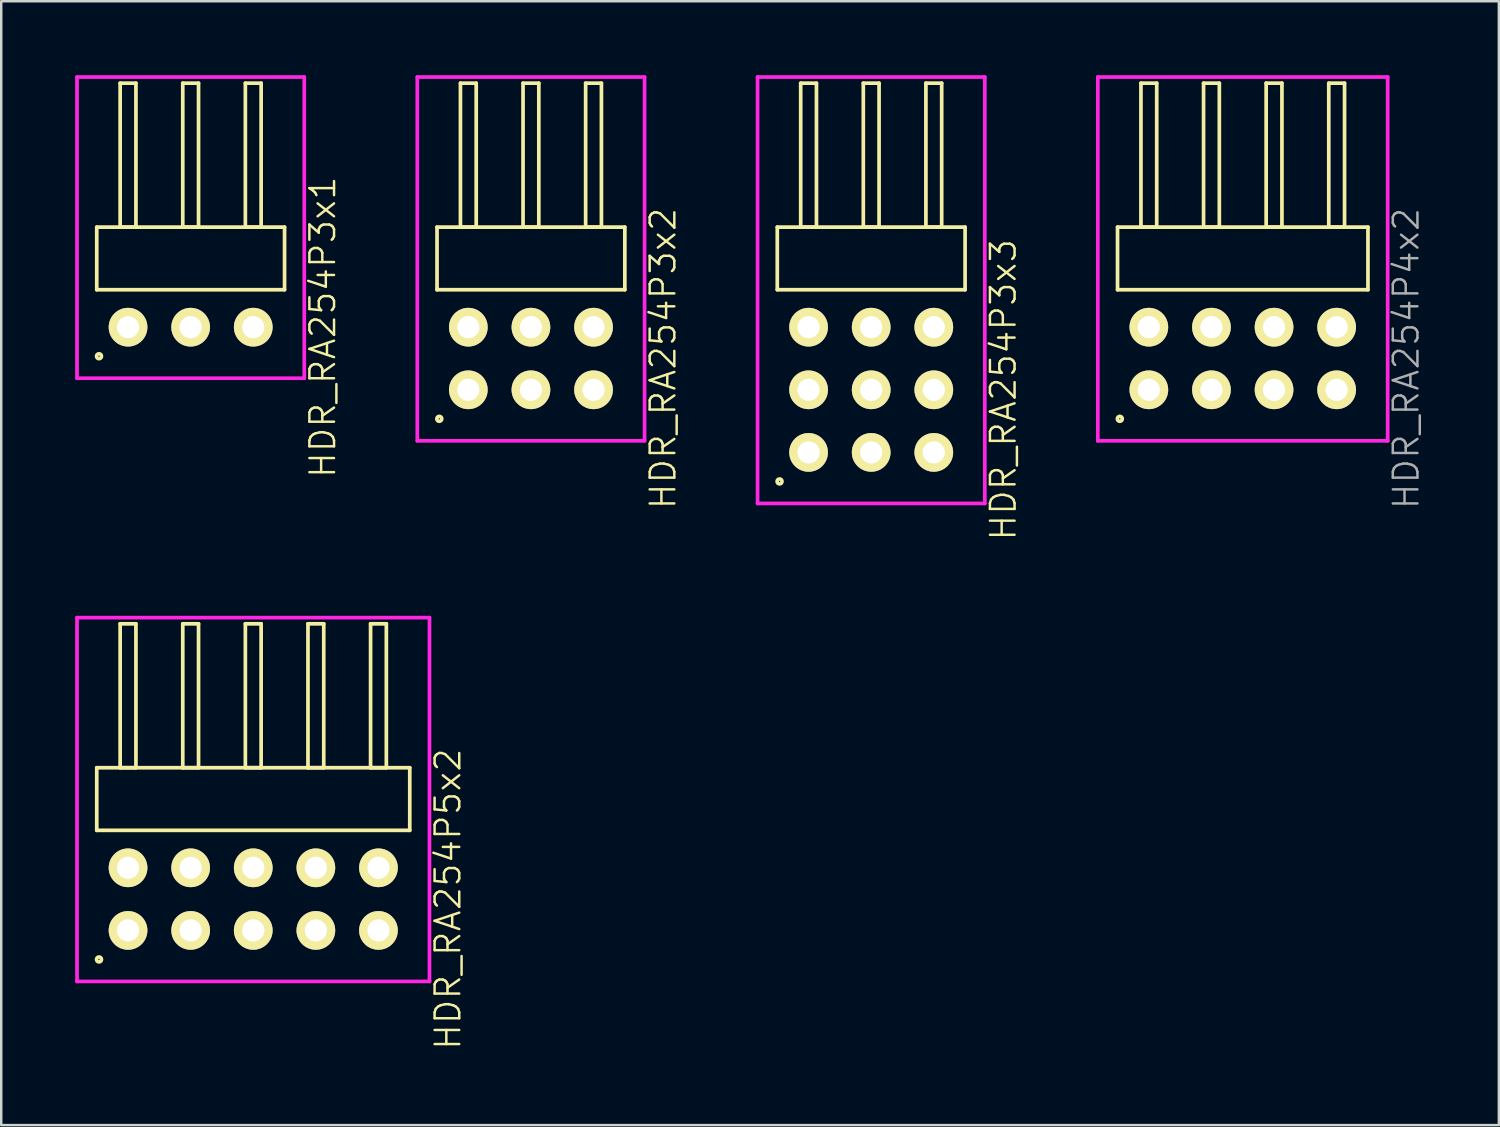
<source format=kicad_pcb>
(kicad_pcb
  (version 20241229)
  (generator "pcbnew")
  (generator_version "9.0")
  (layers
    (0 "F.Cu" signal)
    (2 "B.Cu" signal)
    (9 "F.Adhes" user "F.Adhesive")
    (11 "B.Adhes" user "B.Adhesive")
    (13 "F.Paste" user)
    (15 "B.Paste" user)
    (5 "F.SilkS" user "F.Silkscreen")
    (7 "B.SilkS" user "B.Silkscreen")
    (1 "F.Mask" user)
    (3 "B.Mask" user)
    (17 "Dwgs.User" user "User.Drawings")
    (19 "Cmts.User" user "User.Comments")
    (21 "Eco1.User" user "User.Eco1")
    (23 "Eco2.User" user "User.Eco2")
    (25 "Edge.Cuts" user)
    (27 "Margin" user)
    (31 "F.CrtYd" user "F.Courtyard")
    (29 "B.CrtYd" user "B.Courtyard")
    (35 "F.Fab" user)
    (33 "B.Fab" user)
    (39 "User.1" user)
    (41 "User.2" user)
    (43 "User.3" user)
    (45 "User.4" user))
  (footprint "HDR_RA254P4x2"
    (layer "F.Cu")
    (at 47.371 11.495)
    (property "Reference" "HDR_RA254P4x2" (at 6.63 0 90) (layer "F.Fab") (effects (font (size 1 1) (thickness 0.1))))
    (attr through_hole)
    (fp_line (start -5.08 -5.33) (end -5.08 -2.79) (stroke (width 0.15) (type solid)) (layer "F.SilkS"))
    (fp_line (start -5.08 -2.79) (end 5.08 -2.79) (stroke (width 0.15) (type solid)) (layer "F.SilkS"))
    (fp_line (start -4.13 -11.17) (end -4.13 -5.33) (stroke (width 0.15) (type solid)) (layer "F.SilkS"))
    (fp_line (start -4.13 -5.33) (end -3.49 -5.33) (stroke (width 0.15) (type solid)) (layer "F.SilkS"))
    (fp_line (start -3.49 -11.17) (end -4.13 -11.17) (stroke (width 0.15) (type solid)) (layer "F.SilkS"))
    (fp_line (start -3.49 -5.33) (end -3.49 -11.17) (stroke (width 0.15) (type solid)) (layer "F.SilkS"))
    (fp_line (start -1.59 -11.17) (end -1.59 -5.33) (stroke (width 0.15) (type solid)) (layer "F.SilkS"))
    (fp_line (start -1.59 -5.33) (end -0.95 -5.33) (stroke (width 0.15) (type solid)) (layer "F.SilkS"))
    (fp_line (start -0.95 -11.17) (end -1.59 -11.17) (stroke (width 0.15) (type solid)) (layer "F.SilkS"))
    (fp_line (start -0.95 -5.33) (end -0.95 -11.17) (stroke (width 0.15) (type solid)) (layer "F.SilkS"))
    (fp_line (start 0.95 -11.17) (end 0.95 -5.33) (stroke (width 0.15) (type solid)) (layer "F.SilkS"))
    (fp_line (start 0.95 -5.33) (end 1.59 -5.33) (stroke (width 0.15) (type solid)) (layer "F.SilkS"))
    (fp_line (start 1.59 -11.17) (end 0.95 -11.17) (stroke (width 0.15) (type solid)) (layer "F.SilkS"))
    (fp_line (start 1.59 -5.33) (end 1.59 -11.17) (stroke (width 0.15) (type solid)) (layer "F.SilkS"))
    (fp_line (start 3.49 -11.17) (end 3.49 -5.33) (stroke (width 0.15) (type solid)) (layer "F.SilkS"))
    (fp_line (start 3.49 -5.33) (end 4.13 -5.33) (stroke (width 0.15) (type solid)) (layer "F.SilkS"))
    (fp_line (start 4.13 -11.17) (end 3.49 -11.17) (stroke (width 0.15) (type solid)) (layer "F.SilkS"))
    (fp_line (start 4.13 -5.33) (end 4.13 -11.17) (stroke (width 0.15) (type solid)) (layer "F.SilkS"))
    (fp_line (start 5.08 -5.33) (end -5.08 -5.33) (stroke (width 0.15) (type solid)) (layer "F.SilkS"))
    (fp_line (start 5.08 -2.79) (end 5.08 -5.33) (stroke (width 0.15) (type solid)) (layer "F.SilkS"))
    (fp_circle (center -4.988 2.448) (end -4.888 2.448) (stroke (width 0.15) (type solid)) (fill no) (layer "F.SilkS"))
    (fp_line (start -5.88 -11.42) (end -5.88 3.34) (stroke (width 0.15) (type solid)) (layer "F.CrtYd"))
    (fp_line (start -5.88 3.34) (end 5.88 3.34) (stroke (width 0.15) (type solid)) (layer "F.CrtYd"))
    (fp_line (start 5.88 -11.42) (end -5.88 -11.42) (stroke (width 0.15) (type solid)) (layer "F.CrtYd"))
    (fp_line (start 5.88 3.34) (end 5.88 -11.42) (stroke (width 0.15) (type solid)) (layer "F.CrtYd"))
    (pad "1" thru_hole oval (at -3.81 1.27) (size 1.57 1.57) (drill 0.9) (layers "*.Cu" "*.Mask" "F.SilkS"))
    (pad "2" thru_hole oval (at -3.81 -1.27) (size 1.57 1.57) (drill 0.9) (layers "*.Cu" "*.Mask" "F.SilkS"))
    (pad "3" thru_hole oval (at -1.27 1.27) (size 1.57 1.57) (drill 0.9) (layers "*.Cu" "*.Mask" "F.SilkS"))
    (pad "4" thru_hole oval (at -1.27 -1.27) (size 1.57 1.57) (drill 0.9) (layers "*.Cu" "*.Mask" "F.SilkS"))
    (pad "5" thru_hole oval (at 1.27 1.27) (size 1.57 1.57) (drill 0.9) (layers "*.Cu" "*.Mask" "F.SilkS"))
    (pad "6" thru_hole oval (at 1.27 -1.27) (size 1.57 1.57) (drill 0.9) (layers "*.Cu" "*.Mask" "F.SilkS"))
    (pad "7" thru_hole oval (at 3.81 1.27) (size 1.57 1.57) (drill 0.9) (layers "*.Cu" "*.Mask" "F.SilkS"))
    (pad "8" thru_hole oval (at 3.81 -1.27) (size 1.57 1.57) (drill 0.9) (layers "*.Cu" "*.Mask" "F.SilkS")))
  (footprint "HDR_RA254P3x2"
    (layer "F.Cu")
    (at 18.491 11.495)
    (property "Reference" "HDR_RA254P3x2" (at 5.36 0 90) (layer "F.SilkS") (effects (font (size 1 1) (thickness 0.1))))
    (attr through_hole)
    (fp_line (start -3.81 -5.33) (end -3.81 -2.79) (stroke (width 0.15) (type solid)) (layer "F.SilkS"))
    (fp_line (start -3.81 -2.79) (end 3.81 -2.79) (stroke (width 0.15) (type solid)) (layer "F.SilkS"))
    (fp_line (start -2.86 -11.17) (end -2.86 -5.33) (stroke (width 0.15) (type solid)) (layer "F.SilkS"))
    (fp_line (start -2.86 -5.33) (end -2.22 -5.33) (stroke (width 0.15) (type solid)) (layer "F.SilkS"))
    (fp_line (start -2.22 -11.17) (end -2.86 -11.17) (stroke (width 0.15) (type solid)) (layer "F.SilkS"))
    (fp_line (start -2.22 -5.33) (end -2.22 -11.17) (stroke (width 0.15) (type solid)) (layer "F.SilkS"))
    (fp_line (start -0.32 -11.17) (end -0.32 -5.33) (stroke (width 0.15) (type solid)) (layer "F.SilkS"))
    (fp_line (start -0.32 -5.33) (end 0.32 -5.33) (stroke (width 0.15) (type solid)) (layer "F.SilkS"))
    (fp_line (start 0.32 -11.17) (end -0.32 -11.17) (stroke (width 0.15) (type solid)) (layer "F.SilkS"))
    (fp_line (start 0.32 -5.33) (end 0.32 -11.17) (stroke (width 0.15) (type solid)) (layer "F.SilkS"))
    (fp_line (start 2.22 -11.17) (end 2.22 -5.33) (stroke (width 0.15) (type solid)) (layer "F.SilkS"))
    (fp_line (start 2.22 -5.33) (end 2.86 -5.33) (stroke (width 0.15) (type solid)) (layer "F.SilkS"))
    (fp_line (start 2.86 -11.17) (end 2.22 -11.17) (stroke (width 0.15) (type solid)) (layer "F.SilkS"))
    (fp_line (start 2.86 -5.33) (end 2.86 -11.17) (stroke (width 0.15) (type solid)) (layer "F.SilkS"))
    (fp_line (start 3.81 -5.33) (end -3.81 -5.33) (stroke (width 0.15) (type solid)) (layer "F.SilkS"))
    (fp_line (start 3.81 -2.79) (end 3.81 -5.33) (stroke (width 0.15) (type solid)) (layer "F.SilkS"))
    (fp_circle (center -3.718 2.448) (end -3.618 2.448) (stroke (width 0.15) (type solid)) (fill no) (layer "F.SilkS"))
    (fp_line (start -4.61 -11.42) (end -4.61 3.34) (stroke (width 0.15) (type solid)) (layer "F.CrtYd"))
    (fp_line (start -4.61 3.34) (end 4.61 3.34) (stroke (width 0.15) (type solid)) (layer "F.CrtYd"))
    (fp_line (start 4.61 -11.42) (end -4.61 -11.42) (stroke (width 0.15) (type solid)) (layer "F.CrtYd"))
    (fp_line (start 4.61 3.34) (end 4.61 -11.42) (stroke (width 0.15) (type solid)) (layer "F.CrtYd"))
    (pad "1" thru_hole oval (at -2.54 1.27) (size 1.57 1.57) (drill 0.9) (layers "*.Cu" "*.Mask" "F.SilkS"))
    (pad "2" thru_hole oval (at -2.54 -1.27) (size 1.57 1.57) (drill 0.9) (layers "*.Cu" "*.Mask" "F.SilkS"))
    (pad "3" thru_hole oval (at 0 1.27) (size 1.57 1.57) (drill 0.9) (layers "*.Cu" "*.Mask" "F.SilkS"))
    (pad "4" thru_hole oval (at 0 -1.27) (size 1.57 1.57) (drill 0.9) (layers "*.Cu" "*.Mask" "F.SilkS"))
    (pad "5" thru_hole oval (at 2.54 1.27) (size 1.57 1.57) (drill 0.9) (layers "*.Cu" "*.Mask" "F.SilkS"))
    (pad "6" thru_hole oval (at 2.54 -1.27) (size 1.57 1.57) (drill 0.9) (layers "*.Cu" "*.Mask" "F.SilkS")))
  (footprint "HDR_RA254P5x2"
    (layer "F.Cu")
    (at 7.225 33.429)
    (property "Reference" "HDR_RA254P5x2" (at 7.9 0 90) (layer "F.SilkS") (effects (font (size 1 1) (thickness 0.1))))
    (attr through_hole)
    (fp_line (start -6.35 -5.33) (end -6.35 -2.79) (stroke (width 0.15) (type solid)) (layer "F.SilkS"))
    (fp_line (start -6.35 -2.79) (end 6.35 -2.79) (stroke (width 0.15) (type solid)) (layer "F.SilkS"))
    (fp_line (start -5.4 -11.17) (end -5.4 -5.33) (stroke (width 0.15) (type solid)) (layer "F.SilkS"))
    (fp_line (start -5.4 -5.33) (end -4.76 -5.33) (stroke (width 0.15) (type solid)) (layer "F.SilkS"))
    (fp_line (start -4.76 -11.17) (end -5.4 -11.17) (stroke (width 0.15) (type solid)) (layer "F.SilkS"))
    (fp_line (start -4.76 -5.33) (end -4.76 -11.17) (stroke (width 0.15) (type solid)) (layer "F.SilkS"))
    (fp_line (start -2.86 -11.17) (end -2.86 -5.33) (stroke (width 0.15) (type solid)) (layer "F.SilkS"))
    (fp_line (start -2.86 -5.33) (end -2.22 -5.33) (stroke (width 0.15) (type solid)) (layer "F.SilkS"))
    (fp_line (start -2.22 -11.17) (end -2.86 -11.17) (stroke (width 0.15) (type solid)) (layer "F.SilkS"))
    (fp_line (start -2.22 -5.33) (end -2.22 -11.17) (stroke (width 0.15) (type solid)) (layer "F.SilkS"))
    (fp_line (start -0.32 -11.17) (end -0.32 -5.33) (stroke (width 0.15) (type solid)) (layer "F.SilkS"))
    (fp_line (start -0.32 -5.33) (end 0.32 -5.33) (stroke (width 0.15) (type solid)) (layer "F.SilkS"))
    (fp_line (start 0.32 -11.17) (end -0.32 -11.17) (stroke (width 0.15) (type solid)) (layer "F.SilkS"))
    (fp_line (start 0.32 -5.33) (end 0.32 -11.17) (stroke (width 0.15) (type solid)) (layer "F.SilkS"))
    (fp_line (start 2.22 -11.17) (end 2.22 -5.33) (stroke (width 0.15) (type solid)) (layer "F.SilkS"))
    (fp_line (start 2.22 -5.33) (end 2.86 -5.33) (stroke (width 0.15) (type solid)) (layer "F.SilkS"))
    (fp_line (start 2.86 -11.17) (end 2.22 -11.17) (stroke (width 0.15) (type solid)) (layer "F.SilkS"))
    (fp_line (start 2.86 -5.33) (end 2.86 -11.17) (stroke (width 0.15) (type solid)) (layer "F.SilkS"))
    (fp_line (start 4.76 -11.17) (end 4.76 -5.33) (stroke (width 0.15) (type solid)) (layer "F.SilkS"))
    (fp_line (start 4.76 -5.33) (end 5.4 -5.33) (stroke (width 0.15) (type solid)) (layer "F.SilkS"))
    (fp_line (start 5.4 -11.17) (end 4.76 -11.17) (stroke (width 0.15) (type solid)) (layer "F.SilkS"))
    (fp_line (start 5.4 -5.33) (end 5.4 -11.17) (stroke (width 0.15) (type solid)) (layer "F.SilkS"))
    (fp_line (start 6.35 -5.33) (end -6.35 -5.33) (stroke (width 0.15) (type solid)) (layer "F.SilkS"))
    (fp_line (start 6.35 -2.79) (end 6.35 -5.33) (stroke (width 0.15) (type solid)) (layer "F.SilkS"))
    (fp_circle (center -6.258 2.448) (end -6.158 2.448) (stroke (width 0.15) (type solid)) (fill no) (layer "F.SilkS"))
    (fp_line (start -7.15 -11.42) (end -7.15 3.34) (stroke (width 0.15) (type solid)) (layer "F.CrtYd"))
    (fp_line (start -7.15 3.34) (end 7.15 3.34) (stroke (width 0.15) (type solid)) (layer "F.CrtYd"))
    (fp_line (start 7.15 -11.42) (end -7.15 -11.42) (stroke (width 0.15) (type solid)) (layer "F.CrtYd"))
    (fp_line (start 7.15 3.34) (end 7.15 -11.42) (stroke (width 0.15) (type solid)) (layer "F.CrtYd"))
    (pad "1" thru_hole oval (at -5.08 1.27) (size 1.57 1.57) (drill 0.9) (layers "*.Cu" "*.Mask" "F.SilkS"))
    (pad "2" thru_hole oval (at -5.08 -1.27) (size 1.57 1.57) (drill 0.9) (layers "*.Cu" "*.Mask" "F.SilkS"))
    (pad "3" thru_hole oval (at -2.54 1.27) (size 1.57 1.57) (drill 0.9) (layers "*.Cu" "*.Mask" "F.SilkS"))
    (pad "4" thru_hole oval (at -2.54 -1.27) (size 1.57 1.57) (drill 0.9) (layers "*.Cu" "*.Mask" "F.SilkS"))
    (pad "5" thru_hole oval (at 0 1.27) (size 1.57 1.57) (drill 0.9) (layers "*.Cu" "*.Mask" "F.SilkS"))
    (pad "6" thru_hole oval (at 0 -1.27) (size 1.57 1.57) (drill 0.9) (layers "*.Cu" "*.Mask" "F.SilkS"))
    (pad "7" thru_hole oval (at 2.54 1.27) (size 1.57 1.57) (drill 0.9) (layers "*.Cu" "*.Mask" "F.SilkS"))
    (pad "8" thru_hole oval (at 2.54 -1.27) (size 1.57 1.57) (drill 0.9) (layers "*.Cu" "*.Mask" "F.SilkS"))
    (pad "9" thru_hole oval (at 5.08 1.27) (size 1.57 1.57) (drill 0.9) (layers "*.Cu" "*.Mask" "F.SilkS"))
    (pad "10" thru_hole oval (at 5.08 -1.27) (size 1.57 1.57) (drill 0.9) (layers "*.Cu" "*.Mask" "F.SilkS")))
  (footprint "HDR_RA254P3x3"
    (layer "F.Cu")
    (at 32.296 12.765)
    (property "Reference" "HDR_RA254P3x3" (at 5.36 0 90) (layer "F.SilkS") (effects (font (size 1 1) (thickness 0.1))))
    (attr through_hole)
    (fp_line (start -3.81 -6.6) (end -3.81 -4.06) (stroke (width 0.15) (type solid)) (layer "F.SilkS"))
    (fp_line (start -3.81 -4.06) (end 3.81 -4.06) (stroke (width 0.15) (type solid)) (layer "F.SilkS"))
    (fp_line (start -2.86 -12.44) (end -2.86 -6.6) (stroke (width 0.15) (type solid)) (layer "F.SilkS"))
    (fp_line (start -2.86 -6.6) (end -2.22 -6.6) (stroke (width 0.15) (type solid)) (layer "F.SilkS"))
    (fp_line (start -2.22 -12.44) (end -2.86 -12.44) (stroke (width 0.15) (type solid)) (layer "F.SilkS"))
    (fp_line (start -2.22 -6.6) (end -2.22 -12.44) (stroke (width 0.15) (type solid)) (layer "F.SilkS"))
    (fp_line (start -0.32 -12.44) (end -0.32 -6.6) (stroke (width 0.15) (type solid)) (layer "F.SilkS"))
    (fp_line (start -0.32 -6.6) (end 0.32 -6.6) (stroke (width 0.15) (type solid)) (layer "F.SilkS"))
    (fp_line (start 0.32 -12.44) (end -0.32 -12.44) (stroke (width 0.15) (type solid)) (layer "F.SilkS"))
    (fp_line (start 0.32 -6.6) (end 0.32 -12.44) (stroke (width 0.15) (type solid)) (layer "F.SilkS"))
    (fp_line (start 2.22 -12.44) (end 2.22 -6.6) (stroke (width 0.15) (type solid)) (layer "F.SilkS"))
    (fp_line (start 2.22 -6.6) (end 2.86 -6.6) (stroke (width 0.15) (type solid)) (layer "F.SilkS"))
    (fp_line (start 2.86 -12.44) (end 2.22 -12.44) (stroke (width 0.15) (type solid)) (layer "F.SilkS"))
    (fp_line (start 2.86 -6.6) (end 2.86 -12.44) (stroke (width 0.15) (type solid)) (layer "F.SilkS"))
    (fp_line (start 3.81 -6.6) (end -3.81 -6.6) (stroke (width 0.15) (type solid)) (layer "F.SilkS"))
    (fp_line (start 3.81 -4.06) (end 3.81 -6.6) (stroke (width 0.15) (type solid)) (layer "F.SilkS"))
    (fp_circle (center -3.718 3.718) (end -3.618 3.718) (stroke (width 0.15) (type solid)) (fill no) (layer "F.SilkS"))
    (fp_line (start -4.61 -12.69) (end -4.61 4.61) (stroke (width 0.15) (type solid)) (layer "F.CrtYd"))
    (fp_line (start -4.61 4.61) (end 4.61 4.61) (stroke (width 0.15) (type solid)) (layer "F.CrtYd"))
    (fp_line (start 4.61 -12.69) (end -4.61 -12.69) (stroke (width 0.15) (type solid)) (layer "F.CrtYd"))
    (fp_line (start 4.61 4.61) (end 4.61 -12.69) (stroke (width 0.15) (type solid)) (layer "F.CrtYd"))
    (pad "1" thru_hole oval (at -2.54 2.54) (size 1.57 1.57) (drill 0.9) (layers "*.Cu" "*.Mask" "F.SilkS"))
    (pad "2" thru_hole oval (at -2.54 0) (size 1.57 1.57) (drill 0.9) (layers "*.Cu" "*.Mask" "F.SilkS"))
    (pad "3" thru_hole oval (at -2.54 -2.54) (size 1.57 1.57) (drill 0.9) (layers "*.Cu" "*.Mask" "F.SilkS"))
    (pad "4" thru_hole oval (at 0 2.54) (size 1.57 1.57) (drill 0.9) (layers "*.Cu" "*.Mask" "F.SilkS"))
    (pad "5" thru_hole oval (at 0 0) (size 1.57 1.57) (drill 0.9) (layers "*.Cu" "*.Mask" "F.SilkS"))
    (pad "6" thru_hole oval (at 0 -2.54) (size 1.57 1.57) (drill 0.9) (layers "*.Cu" "*.Mask" "F.SilkS"))
    (pad "7" thru_hole oval (at 2.54 2.54) (size 1.57 1.57) (drill 0.9) (layers "*.Cu" "*.Mask" "F.SilkS"))
    (pad "8" thru_hole oval (at 2.54 0) (size 1.57 1.57) (drill 0.9) (layers "*.Cu" "*.Mask" "F.SilkS"))
    (pad "9" thru_hole oval (at 2.54 -2.54) (size 1.57 1.57) (drill 0.9) (layers "*.Cu" "*.Mask" "F.SilkS")))
  (footprint "HDR_RA254P3x1"
    (layer "F.Cu")
    (at 4.685 10.225)
    (property "Reference" "HDR_RA254P3x1" (at 5.36 0 90) (layer "F.SilkS") (effects (font (size 1 1) (thickness 0.1))))
    (attr through_hole)
    (fp_line (start -3.81 -4.06) (end -3.81 -1.52) (stroke (width 0.15) (type solid)) (layer "F.SilkS"))
    (fp_line (start -3.81 -1.52) (end 3.81 -1.52) (stroke (width 0.15) (type solid)) (layer "F.SilkS"))
    (fp_line (start -2.86 -9.9) (end -2.86 -4.06) (stroke (width 0.15) (type solid)) (layer "F.SilkS"))
    (fp_line (start -2.86 -4.06) (end -2.22 -4.06) (stroke (width 0.15) (type solid)) (layer "F.SilkS"))
    (fp_line (start -2.22 -9.9) (end -2.86 -9.9) (stroke (width 0.15) (type solid)) (layer "F.SilkS"))
    (fp_line (start -2.22 -4.06) (end -2.22 -9.9) (stroke (width 0.15) (type solid)) (layer "F.SilkS"))
    (fp_line (start -0.32 -9.9) (end -0.32 -4.06) (stroke (width 0.15) (type solid)) (layer "F.SilkS"))
    (fp_line (start -0.32 -4.06) (end 0.32 -4.06) (stroke (width 0.15) (type solid)) (layer "F.SilkS"))
    (fp_line (start 0.32 -9.9) (end -0.32 -9.9) (stroke (width 0.15) (type solid)) (layer "F.SilkS"))
    (fp_line (start 0.32 -4.06) (end 0.32 -9.9) (stroke (width 0.15) (type solid)) (layer "F.SilkS"))
    (fp_line (start 2.22 -9.9) (end 2.22 -4.06) (stroke (width 0.15) (type solid)) (layer "F.SilkS"))
    (fp_line (start 2.22 -4.06) (end 2.86 -4.06) (stroke (width 0.15) (type solid)) (layer "F.SilkS"))
    (fp_line (start 2.86 -9.9) (end 2.22 -9.9) (stroke (width 0.15) (type solid)) (layer "F.SilkS"))
    (fp_line (start 2.86 -4.06) (end 2.86 -9.9) (stroke (width 0.15) (type solid)) (layer "F.SilkS"))
    (fp_line (start 3.81 -4.06) (end -3.81 -4.06) (stroke (width 0.15) (type solid)) (layer "F.SilkS"))
    (fp_line (start 3.81 -1.52) (end 3.81 -4.06) (stroke (width 0.15) (type solid)) (layer "F.SilkS"))
    (fp_circle (center -3.718 1.178) (end -3.618 1.178) (stroke (width 0.15) (type solid)) (fill no) (layer "F.SilkS"))
    (fp_line (start -4.61 -10.15) (end -4.61 2.07) (stroke (width 0.15) (type solid)) (layer "F.CrtYd"))
    (fp_line (start -4.61 2.07) (end 4.61 2.07) (stroke (width 0.15) (type solid)) (layer "F.CrtYd"))
    (fp_line (start 4.61 -10.15) (end -4.61 -10.15) (stroke (width 0.15) (type solid)) (layer "F.CrtYd"))
    (fp_line (start 4.61 2.07) (end 4.61 -10.15) (stroke (width 0.15) (type solid)) (layer "F.CrtYd"))
    (pad "1" thru_hole oval (at -2.54 0) (size 1.57 1.57) (drill 0.9) (layers "*.Cu" "*.Mask" "F.SilkS"))
    (pad "2" thru_hole oval (at 0 0) (size 1.57 1.57) (drill 0.9) (layers "*.Cu" "*.Mask" "F.SilkS"))
    (pad "3" thru_hole oval (at 2.54 0) (size 1.57 1.57) (drill 0.9) (layers "*.Cu" "*.Mask" "F.SilkS")))
  (gr_rect
    (start -3 -3)
    (end 57.762 42.598)
    (stroke (width 0.1) (type default))
    (fill no)
    (layer "Edge.Cuts")))
</source>
